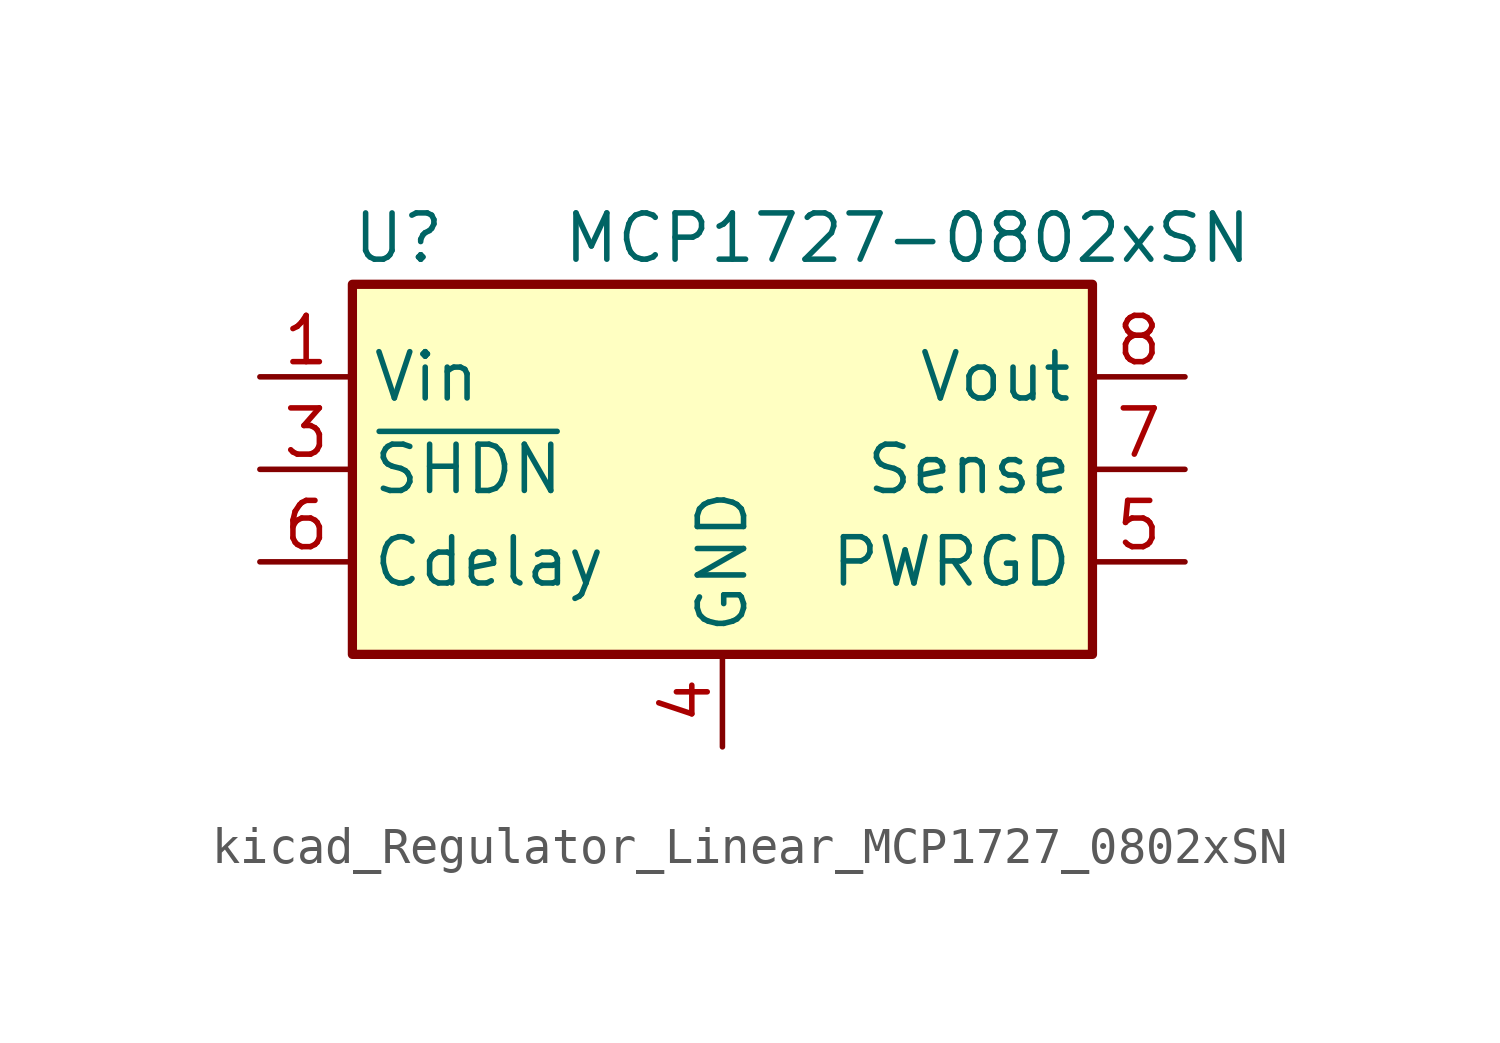
<source format=kicad_sym>
(kicad_symbol_lib
  (version 20220914)
  (generator kicad_symbol_editor)
  (symbol "kicad_Regulator_Linear_MCP1727_0802xSN"
    (property "Reference" "U"
      (at -8.89 6.35 0)
      (effects (font (size 1.27 1.27))))
    (property "Value" "MCP1727-0802xSN"
      (at 5.08 6.35 0)
      (effects (font (size 1.27 1.27))))
    (symbol "kicad_Regulator_Linear_MCP1727_0802xSN_0_0"
      (pin open_collector line (at 12.7 -2.54 180) (length 2.54) (name "PWRGD" (effects (font (size 1.27 1.27)))) (number "5" (effects (font (size 1.27 1.27)))))
      (pin input line (at -12.7 -2.54 0) (length 2.54) (name "Cdelay" (effects (font (size 1.27 1.27)))) (number "6" (effects (font (size 1.27 1.27)))))
      (pin input line (at 12.7 0 180) (length 2.54) (name "Sense" (effects (font (size 1.27 1.27)))) (number "7" (effects (font (size 1.27 1.27)))))
      (pin power_out line (at 12.7 2.54 180) (length 2.54) (name "Vout" (effects (font (size 1.27 1.27)))) (number "8" (effects (font (size 1.27 1.27))))))
    (symbol "kicad_Regulator_Linear_MCP1727_0802xSN_0_1"
      (rectangle (start -10.16 5.08) (end 10.16 -5.08) (stroke (width 0.254) (type default)) (fill (type background))))
    (symbol "kicad_Regulator_Linear_MCP1727_0802xSN_1_1"
      (pin power_in line (at -12.7 2.54 0) (length 2.54) (name "Vin" (effects (font (size 1.27 1.27)))) (number "1" (effects (font (size 1.27 1.27)))))
      (pin passive line (at -12.7 2.54 0) (length 2.54) hide (name "Vin" (effects (font (size 1.27 1.27)))) (number "2" (effects (font (size 1.27 1.27)))))
      (pin input line (at -12.7 0 0) (length 2.54) (name "~{SHDN}" (effects (font (size 1.27 1.27)))) (number "3" (effects (font (size 1.27 1.27)))))
      (pin power_in line (at 0 -7.62 90) (length 2.54) (name "GND" (effects (font (size 1.27 1.27)))) (number "4" (effects (font (size 1.27 1.27))))))))
</source>
